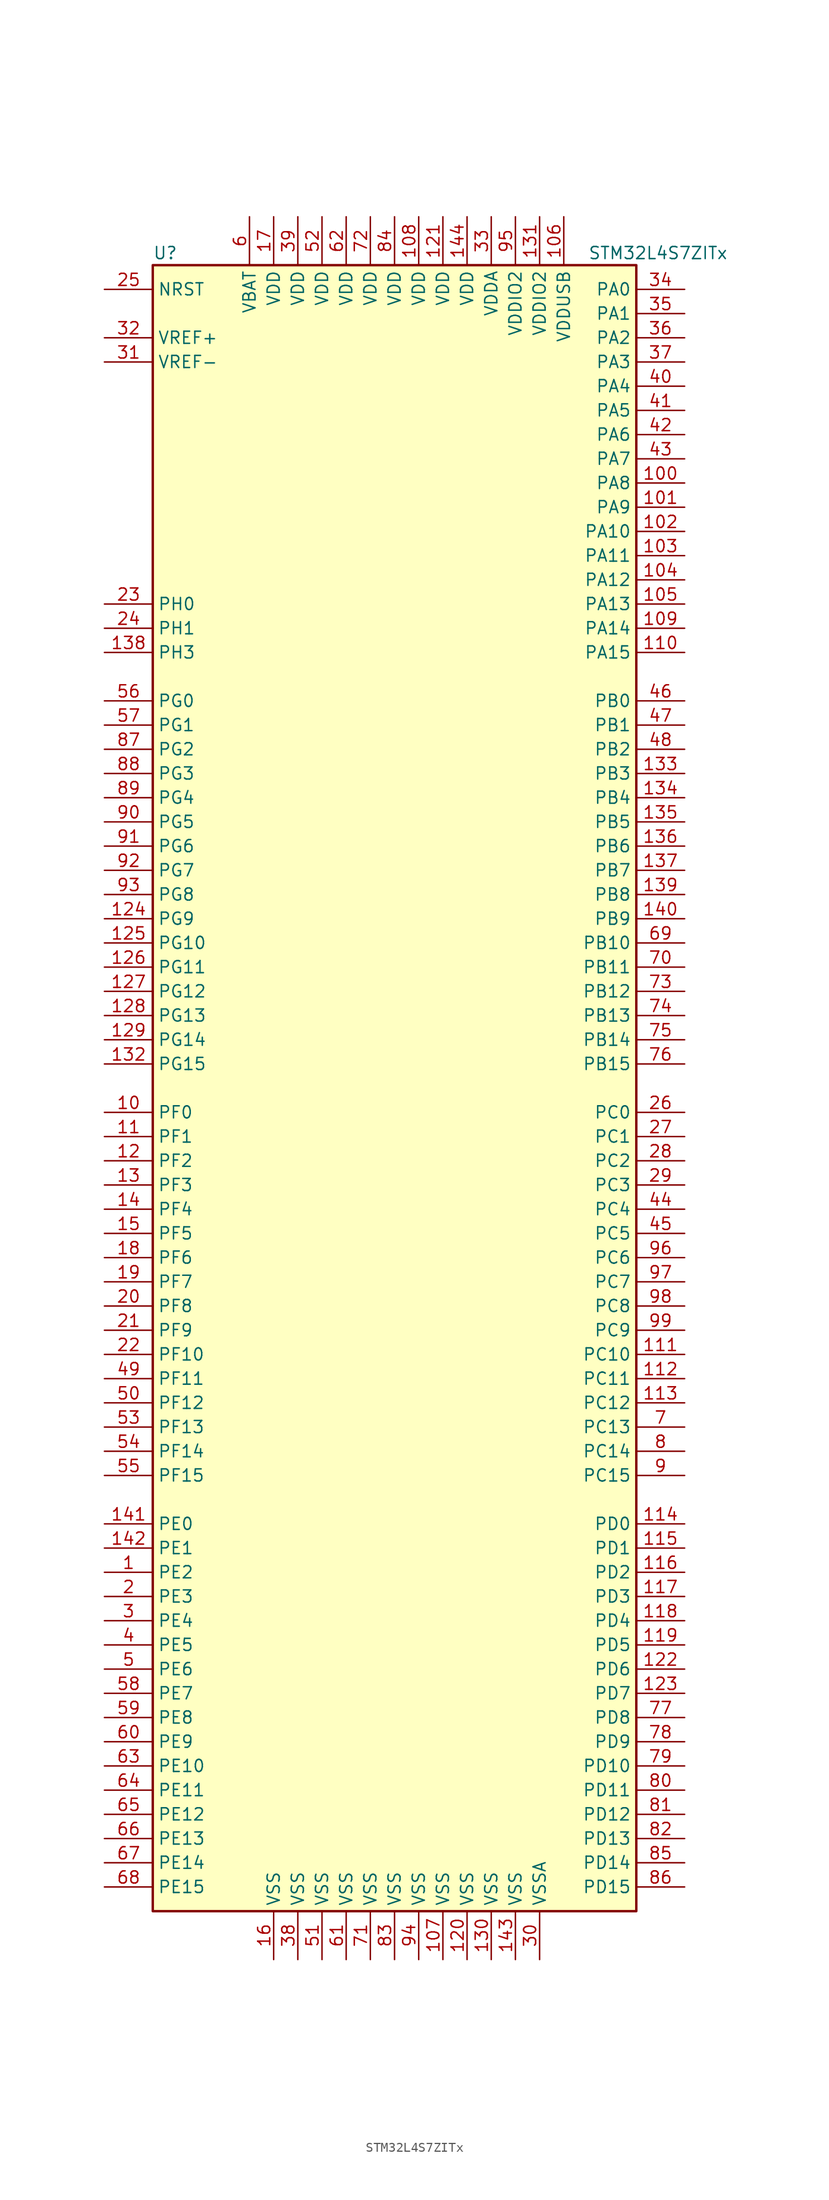
<source format=kicad_sym>
(kicad_symbol_lib
  (version 20201005)
  (generator kicad_symbol_editor)
  (symbol "STM32L4S7ZITx"
    (property "Reference" "U"
      (at -25.4 87.63 0)
      (effects (font (size 1.27 1.27)) (justify left)))
    (property "Value" "STM32L4S7ZITx"
      (at 20.32 87.63 0)
      (effects (font (size 1.27 1.27)) (justify left)))
    (symbol "STM32L4S7ZITx_0_1"
      (rectangle (start -25.4 -86.36) (end 25.4 86.36) (stroke (width 0.254)) (fill (type background))))
    (symbol "STM32L4S7ZITx_1_1"
      (pin bidirectional line (at -30.48 -50.8 0) (length 5.08) (name "PE2" (effects (font (size 1.27 1.27)))) (number "1" (effects (font (size 1.27 1.27)))))
      (pin bidirectional line (at -30.48 -2.54 0) (length 5.08) (name "PF0" (effects (font (size 1.27 1.27)))) (number "10" (effects (font (size 1.27 1.27)))))
      (pin bidirectional line (at 30.48 63.5 180) (length 5.08) (name "PA8" (effects (font (size 1.27 1.27)))) (number "100" (effects (font (size 1.27 1.27)))))
      (pin bidirectional line (at 30.48 60.96 180) (length 5.08) (name "PA9" (effects (font (size 1.27 1.27)))) (number "101" (effects (font (size 1.27 1.27)))))
      (pin bidirectional line (at 30.48 58.42 180) (length 5.08) (name "PA10" (effects (font (size 1.27 1.27)))) (number "102" (effects (font (size 1.27 1.27)))))
      (pin bidirectional line (at 30.48 55.88 180) (length 5.08) (name "PA11" (effects (font (size 1.27 1.27)))) (number "103" (effects (font (size 1.27 1.27)))))
      (pin bidirectional line (at 30.48 53.34 180) (length 5.08) (name "PA12" (effects (font (size 1.27 1.27)))) (number "104" (effects (font (size 1.27 1.27)))))
      (pin bidirectional line (at 30.48 50.8 180) (length 5.08) (name "PA13" (effects (font (size 1.27 1.27)))) (number "105" (effects (font (size 1.27 1.27)))))
      (pin power_in line (at 17.78 91.44 270) (length 5.08) (name "VDDUSB" (effects (font (size 1.27 1.27)))) (number "106" (effects (font (size 1.27 1.27)))))
      (pin power_in line (at 5.08 -91.44 90) (length 5.08) (name "VSS" (effects (font (size 1.27 1.27)))) (number "107" (effects (font (size 1.27 1.27)))))
      (pin power_in line (at 2.54 91.44 270) (length 5.08) (name "VDD" (effects (font (size 1.27 1.27)))) (number "108" (effects (font (size 1.27 1.27)))))
      (pin bidirectional line (at 30.48 48.26 180) (length 5.08) (name "PA14" (effects (font (size 1.27 1.27)))) (number "109" (effects (font (size 1.27 1.27)))))
      (pin bidirectional line (at -30.48 -5.08 0) (length 5.08) (name "PF1" (effects (font (size 1.27 1.27)))) (number "11" (effects (font (size 1.27 1.27)))))
      (pin bidirectional line (at 30.48 45.72 180) (length 5.08) (name "PA15" (effects (font (size 1.27 1.27)))) (number "110" (effects (font (size 1.27 1.27)))))
      (pin bidirectional line (at 30.48 -27.94 180) (length 5.08) (name "PC10" (effects (font (size 1.27 1.27)))) (number "111" (effects (font (size 1.27 1.27)))))
      (pin bidirectional line (at 30.48 -30.48 180) (length 5.08) (name "PC11" (effects (font (size 1.27 1.27)))) (number "112" (effects (font (size 1.27 1.27)))))
      (pin bidirectional line (at 30.48 -33.02 180) (length 5.08) (name "PC12" (effects (font (size 1.27 1.27)))) (number "113" (effects (font (size 1.27 1.27)))))
      (pin bidirectional line (at 30.48 -45.72 180) (length 5.08) (name "PD0" (effects (font (size 1.27 1.27)))) (number "114" (effects (font (size 1.27 1.27)))))
      (pin bidirectional line (at 30.48 -48.26 180) (length 5.08) (name "PD1" (effects (font (size 1.27 1.27)))) (number "115" (effects (font (size 1.27 1.27)))))
      (pin bidirectional line (at 30.48 -50.8 180) (length 5.08) (name "PD2" (effects (font (size 1.27 1.27)))) (number "116" (effects (font (size 1.27 1.27)))))
      (pin bidirectional line (at 30.48 -53.34 180) (length 5.08) (name "PD3" (effects (font (size 1.27 1.27)))) (number "117" (effects (font (size 1.27 1.27)))))
      (pin bidirectional line (at 30.48 -55.88 180) (length 5.08) (name "PD4" (effects (font (size 1.27 1.27)))) (number "118" (effects (font (size 1.27 1.27)))))
      (pin bidirectional line (at 30.48 -58.42 180) (length 5.08) (name "PD5" (effects (font (size 1.27 1.27)))) (number "119" (effects (font (size 1.27 1.27)))))
      (pin bidirectional line (at -30.48 -7.62 0) (length 5.08) (name "PF2" (effects (font (size 1.27 1.27)))) (number "12" (effects (font (size 1.27 1.27)))))
      (pin power_in line (at 7.62 -91.44 90) (length 5.08) (name "VSS" (effects (font (size 1.27 1.27)))) (number "120" (effects (font (size 1.27 1.27)))))
      (pin power_in line (at 5.08 91.44 270) (length 5.08) (name "VDD" (effects (font (size 1.27 1.27)))) (number "121" (effects (font (size 1.27 1.27)))))
      (pin bidirectional line (at 30.48 -60.96 180) (length 5.08) (name "PD6" (effects (font (size 1.27 1.27)))) (number "122" (effects (font (size 1.27 1.27)))))
      (pin bidirectional line (at 30.48 -63.5 180) (length 5.08) (name "PD7" (effects (font (size 1.27 1.27)))) (number "123" (effects (font (size 1.27 1.27)))))
      (pin bidirectional line (at -30.48 17.78 0) (length 5.08) (name "PG9" (effects (font (size 1.27 1.27)))) (number "124" (effects (font (size 1.27 1.27)))))
      (pin bidirectional line (at -30.48 15.24 0) (length 5.08) (name "PG10" (effects (font (size 1.27 1.27)))) (number "125" (effects (font (size 1.27 1.27)))))
      (pin bidirectional line (at -30.48 12.7 0) (length 5.08) (name "PG11" (effects (font (size 1.27 1.27)))) (number "126" (effects (font (size 1.27 1.27)))))
      (pin bidirectional line (at -30.48 10.16 0) (length 5.08) (name "PG12" (effects (font (size 1.27 1.27)))) (number "127" (effects (font (size 1.27 1.27)))))
      (pin bidirectional line (at -30.48 7.62 0) (length 5.08) (name "PG13" (effects (font (size 1.27 1.27)))) (number "128" (effects (font (size 1.27 1.27)))))
      (pin bidirectional line (at -30.48 5.08 0) (length 5.08) (name "PG14" (effects (font (size 1.27 1.27)))) (number "129" (effects (font (size 1.27 1.27)))))
      (pin bidirectional line (at -30.48 -10.16 0) (length 5.08) (name "PF3" (effects (font (size 1.27 1.27)))) (number "13" (effects (font (size 1.27 1.27)))))
      (pin power_in line (at 10.16 -91.44 90) (length 5.08) (name "VSS" (effects (font (size 1.27 1.27)))) (number "130" (effects (font (size 1.27 1.27)))))
      (pin power_in line (at 15.24 91.44 270) (length 5.08) (name "VDDIO2" (effects (font (size 1.27 1.27)))) (number "131" (effects (font (size 1.27 1.27)))))
      (pin bidirectional line (at -30.48 2.54 0) (length 5.08) (name "PG15" (effects (font (size 1.27 1.27)))) (number "132" (effects (font (size 1.27 1.27)))))
      (pin bidirectional line (at 30.48 33.02 180) (length 5.08) (name "PB3" (effects (font (size 1.27 1.27)))) (number "133" (effects (font (size 1.27 1.27)))))
      (pin bidirectional line (at 30.48 30.48 180) (length 5.08) (name "PB4" (effects (font (size 1.27 1.27)))) (number "134" (effects (font (size 1.27 1.27)))))
      (pin bidirectional line (at 30.48 27.94 180) (length 5.08) (name "PB5" (effects (font (size 1.27 1.27)))) (number "135" (effects (font (size 1.27 1.27)))))
      (pin bidirectional line (at 30.48 25.4 180) (length 5.08) (name "PB6" (effects (font (size 1.27 1.27)))) (number "136" (effects (font (size 1.27 1.27)))))
      (pin bidirectional line (at 30.48 22.86 180) (length 5.08) (name "PB7" (effects (font (size 1.27 1.27)))) (number "137" (effects (font (size 1.27 1.27)))))
      (pin bidirectional line (at -30.48 45.72 0) (length 5.08) (name "PH3" (effects (font (size 1.27 1.27)))) (number "138" (effects (font (size 1.27 1.27)))))
      (pin bidirectional line (at 30.48 20.32 180) (length 5.08) (name "PB8" (effects (font (size 1.27 1.27)))) (number "139" (effects (font (size 1.27 1.27)))))
      (pin bidirectional line (at -30.48 -12.7 0) (length 5.08) (name "PF4" (effects (font (size 1.27 1.27)))) (number "14" (effects (font (size 1.27 1.27)))))
      (pin bidirectional line (at 30.48 17.78 180) (length 5.08) (name "PB9" (effects (font (size 1.27 1.27)))) (number "140" (effects (font (size 1.27 1.27)))))
      (pin bidirectional line (at -30.48 -45.72 0) (length 5.08) (name "PE0" (effects (font (size 1.27 1.27)))) (number "141" (effects (font (size 1.27 1.27)))))
      (pin bidirectional line (at -30.48 -48.26 0) (length 5.08) (name "PE1" (effects (font (size 1.27 1.27)))) (number "142" (effects (font (size 1.27 1.27)))))
      (pin power_in line (at 12.7 -91.44 90) (length 5.08) (name "VSS" (effects (font (size 1.27 1.27)))) (number "143" (effects (font (size 1.27 1.27)))))
      (pin power_in line (at 7.62 91.44 270) (length 5.08) (name "VDD" (effects (font (size 1.27 1.27)))) (number "144" (effects (font (size 1.27 1.27)))))
      (pin bidirectional line (at -30.48 -15.24 0) (length 5.08) (name "PF5" (effects (font (size 1.27 1.27)))) (number "15" (effects (font (size 1.27 1.27)))))
      (pin power_in line (at -12.7 -91.44 90) (length 5.08) (name "VSS" (effects (font (size 1.27 1.27)))) (number "16" (effects (font (size 1.27 1.27)))))
      (pin power_in line (at -12.7 91.44 270) (length 5.08) (name "VDD" (effects (font (size 1.27 1.27)))) (number "17" (effects (font (size 1.27 1.27)))))
      (pin bidirectional line (at -30.48 -17.78 0) (length 5.08) (name "PF6" (effects (font (size 1.27 1.27)))) (number "18" (effects (font (size 1.27 1.27)))))
      (pin bidirectional line (at -30.48 -20.32 0) (length 5.08) (name "PF7" (effects (font (size 1.27 1.27)))) (number "19" (effects (font (size 1.27 1.27)))))
      (pin bidirectional line (at -30.48 -53.34 0) (length 5.08) (name "PE3" (effects (font (size 1.27 1.27)))) (number "2" (effects (font (size 1.27 1.27)))))
      (pin bidirectional line (at -30.48 -22.86 0) (length 5.08) (name "PF8" (effects (font (size 1.27 1.27)))) (number "20" (effects (font (size 1.27 1.27)))))
      (pin bidirectional line (at -30.48 -25.4 0) (length 5.08) (name "PF9" (effects (font (size 1.27 1.27)))) (number "21" (effects (font (size 1.27 1.27)))))
      (pin bidirectional line (at -30.48 -27.94 0) (length 5.08) (name "PF10" (effects (font (size 1.27 1.27)))) (number "22" (effects (font (size 1.27 1.27)))))
      (pin input line (at -30.48 50.8 0) (length 5.08) (name "PH0" (effects (font (size 1.27 1.27)))) (number "23" (effects (font (size 1.27 1.27)))))
      (pin input line (at -30.48 48.26 0) (length 5.08) (name "PH1" (effects (font (size 1.27 1.27)))) (number "24" (effects (font (size 1.27 1.27)))))
      (pin input line (at -30.48 83.82 0) (length 5.08) (name "NRST" (effects (font (size 1.27 1.27)))) (number "25" (effects (font (size 1.27 1.27)))))
      (pin bidirectional line (at 30.48 -2.54 180) (length 5.08) (name "PC0" (effects (font (size 1.27 1.27)))) (number "26" (effects (font (size 1.27 1.27)))))
      (pin bidirectional line (at 30.48 -5.08 180) (length 5.08) (name "PC1" (effects (font (size 1.27 1.27)))) (number "27" (effects (font (size 1.27 1.27)))))
      (pin bidirectional line (at 30.48 -7.62 180) (length 5.08) (name "PC2" (effects (font (size 1.27 1.27)))) (number "28" (effects (font (size 1.27 1.27)))))
      (pin bidirectional line (at 30.48 -10.16 180) (length 5.08) (name "PC3" (effects (font (size 1.27 1.27)))) (number "29" (effects (font (size 1.27 1.27)))))
      (pin bidirectional line (at -30.48 -55.88 0) (length 5.08) (name "PE4" (effects (font (size 1.27 1.27)))) (number "3" (effects (font (size 1.27 1.27)))))
      (pin power_in line (at 15.24 -91.44 90) (length 5.08) (name "VSSA" (effects (font (size 1.27 1.27)))) (number "30" (effects (font (size 1.27 1.27)))))
      (pin power_in line (at -30.48 76.2 0) (length 5.08) (name "VREF-" (effects (font (size 1.27 1.27)))) (number "31" (effects (font (size 1.27 1.27)))))
      (pin bidirectional line (at -30.48 78.74 0) (length 5.08) (name "VREF+" (effects (font (size 1.27 1.27)))) (number "32" (effects (font (size 1.27 1.27)))))
      (pin power_in line (at 10.16 91.44 270) (length 5.08) (name "VDDA" (effects (font (size 1.27 1.27)))) (number "33" (effects (font (size 1.27 1.27)))))
      (pin bidirectional line (at 30.48 83.82 180) (length 5.08) (name "PA0" (effects (font (size 1.27 1.27)))) (number "34" (effects (font (size 1.27 1.27)))))
      (pin bidirectional line (at 30.48 81.28 180) (length 5.08) (name "PA1" (effects (font (size 1.27 1.27)))) (number "35" (effects (font (size 1.27 1.27)))))
      (pin bidirectional line (at 30.48 78.74 180) (length 5.08) (name "PA2" (effects (font (size 1.27 1.27)))) (number "36" (effects (font (size 1.27 1.27)))))
      (pin bidirectional line (at 30.48 76.2 180) (length 5.08) (name "PA3" (effects (font (size 1.27 1.27)))) (number "37" (effects (font (size 1.27 1.27)))))
      (pin power_in line (at -10.16 -91.44 90) (length 5.08) (name "VSS" (effects (font (size 1.27 1.27)))) (number "38" (effects (font (size 1.27 1.27)))))
      (pin power_in line (at -10.16 91.44 270) (length 5.08) (name "VDD" (effects (font (size 1.27 1.27)))) (number "39" (effects (font (size 1.27 1.27)))))
      (pin bidirectional line (at -30.48 -58.42 0) (length 5.08) (name "PE5" (effects (font (size 1.27 1.27)))) (number "4" (effects (font (size 1.27 1.27)))))
      (pin bidirectional line (at 30.48 73.66 180) (length 5.08) (name "PA4" (effects (font (size 1.27 1.27)))) (number "40" (effects (font (size 1.27 1.27)))))
      (pin bidirectional line (at 30.48 71.12 180) (length 5.08) (name "PA5" (effects (font (size 1.27 1.27)))) (number "41" (effects (font (size 1.27 1.27)))))
      (pin bidirectional line (at 30.48 68.58 180) (length 5.08) (name "PA6" (effects (font (size 1.27 1.27)))) (number "42" (effects (font (size 1.27 1.27)))))
      (pin bidirectional line (at 30.48 66.04 180) (length 5.08) (name "PA7" (effects (font (size 1.27 1.27)))) (number "43" (effects (font (size 1.27 1.27)))))
      (pin bidirectional line (at 30.48 -12.7 180) (length 5.08) (name "PC4" (effects (font (size 1.27 1.27)))) (number "44" (effects (font (size 1.27 1.27)))))
      (pin bidirectional line (at 30.48 -15.24 180) (length 5.08) (name "PC5" (effects (font (size 1.27 1.27)))) (number "45" (effects (font (size 1.27 1.27)))))
      (pin bidirectional line (at 30.48 40.64 180) (length 5.08) (name "PB0" (effects (font (size 1.27 1.27)))) (number "46" (effects (font (size 1.27 1.27)))))
      (pin bidirectional line (at 30.48 38.1 180) (length 5.08) (name "PB1" (effects (font (size 1.27 1.27)))) (number "47" (effects (font (size 1.27 1.27)))))
      (pin bidirectional line (at 30.48 35.56 180) (length 5.08) (name "PB2" (effects (font (size 1.27 1.27)))) (number "48" (effects (font (size 1.27 1.27)))))
      (pin bidirectional line (at -30.48 -30.48 0) (length 5.08) (name "PF11" (effects (font (size 1.27 1.27)))) (number "49" (effects (font (size 1.27 1.27)))))
      (pin bidirectional line (at -30.48 -60.96 0) (length 5.08) (name "PE6" (effects (font (size 1.27 1.27)))) (number "5" (effects (font (size 1.27 1.27)))))
      (pin bidirectional line (at -30.48 -33.02 0) (length 5.08) (name "PF12" (effects (font (size 1.27 1.27)))) (number "50" (effects (font (size 1.27 1.27)))))
      (pin power_in line (at -7.62 -91.44 90) (length 5.08) (name "VSS" (effects (font (size 1.27 1.27)))) (number "51" (effects (font (size 1.27 1.27)))))
      (pin power_in line (at -7.62 91.44 270) (length 5.08) (name "VDD" (effects (font (size 1.27 1.27)))) (number "52" (effects (font (size 1.27 1.27)))))
      (pin bidirectional line (at -30.48 -35.56 0) (length 5.08) (name "PF13" (effects (font (size 1.27 1.27)))) (number "53" (effects (font (size 1.27 1.27)))))
      (pin bidirectional line (at -30.48 -38.1 0) (length 5.08) (name "PF14" (effects (font (size 1.27 1.27)))) (number "54" (effects (font (size 1.27 1.27)))))
      (pin bidirectional line (at -30.48 -40.64 0) (length 5.08) (name "PF15" (effects (font (size 1.27 1.27)))) (number "55" (effects (font (size 1.27 1.27)))))
      (pin bidirectional line (at -30.48 40.64 0) (length 5.08) (name "PG0" (effects (font (size 1.27 1.27)))) (number "56" (effects (font (size 1.27 1.27)))))
      (pin bidirectional line (at -30.48 38.1 0) (length 5.08) (name "PG1" (effects (font (size 1.27 1.27)))) (number "57" (effects (font (size 1.27 1.27)))))
      (pin bidirectional line (at -30.48 -63.5 0) (length 5.08) (name "PE7" (effects (font (size 1.27 1.27)))) (number "58" (effects (font (size 1.27 1.27)))))
      (pin bidirectional line (at -30.48 -66.04 0) (length 5.08) (name "PE8" (effects (font (size 1.27 1.27)))) (number "59" (effects (font (size 1.27 1.27)))))
      (pin power_in line (at -15.24 91.44 270) (length 5.08) (name "VBAT" (effects (font (size 1.27 1.27)))) (number "6" (effects (font (size 1.27 1.27)))))
      (pin bidirectional line (at -30.48 -68.58 0) (length 5.08) (name "PE9" (effects (font (size 1.27 1.27)))) (number "60" (effects (font (size 1.27 1.27)))))
      (pin power_in line (at -5.08 -91.44 90) (length 5.08) (name "VSS" (effects (font (size 1.27 1.27)))) (number "61" (effects (font (size 1.27 1.27)))))
      (pin power_in line (at -5.08 91.44 270) (length 5.08) (name "VDD" (effects (font (size 1.27 1.27)))) (number "62" (effects (font (size 1.27 1.27)))))
      (pin bidirectional line (at -30.48 -71.12 0) (length 5.08) (name "PE10" (effects (font (size 1.27 1.27)))) (number "63" (effects (font (size 1.27 1.27)))))
      (pin bidirectional line (at -30.48 -73.66 0) (length 5.08) (name "PE11" (effects (font (size 1.27 1.27)))) (number "64" (effects (font (size 1.27 1.27)))))
      (pin bidirectional line (at -30.48 -76.2 0) (length 5.08) (name "PE12" (effects (font (size 1.27 1.27)))) (number "65" (effects (font (size 1.27 1.27)))))
      (pin bidirectional line (at -30.48 -78.74 0) (length 5.08) (name "PE13" (effects (font (size 1.27 1.27)))) (number "66" (effects (font (size 1.27 1.27)))))
      (pin bidirectional line (at -30.48 -81.28 0) (length 5.08) (name "PE14" (effects (font (size 1.27 1.27)))) (number "67" (effects (font (size 1.27 1.27)))))
      (pin bidirectional line (at -30.48 -83.82 0) (length 5.08) (name "PE15" (effects (font (size 1.27 1.27)))) (number "68" (effects (font (size 1.27 1.27)))))
      (pin bidirectional line (at 30.48 15.24 180) (length 5.08) (name "PB10" (effects (font (size 1.27 1.27)))) (number "69" (effects (font (size 1.27 1.27)))))
      (pin bidirectional line (at 30.48 -35.56 180) (length 5.08) (name "PC13" (effects (font (size 1.27 1.27)))) (number "7" (effects (font (size 1.27 1.27)))))
      (pin bidirectional line (at 30.48 12.7 180) (length 5.08) (name "PB11" (effects (font (size 1.27 1.27)))) (number "70" (effects (font (size 1.27 1.27)))))
      (pin power_in line (at -2.54 -91.44 90) (length 5.08) (name "VSS" (effects (font (size 1.27 1.27)))) (number "71" (effects (font (size 1.27 1.27)))))
      (pin power_in line (at -2.54 91.44 270) (length 5.08) (name "VDD" (effects (font (size 1.27 1.27)))) (number "72" (effects (font (size 1.27 1.27)))))
      (pin bidirectional line (at 30.48 10.16 180) (length 5.08) (name "PB12" (effects (font (size 1.27 1.27)))) (number "73" (effects (font (size 1.27 1.27)))))
      (pin bidirectional line (at 30.48 7.62 180) (length 5.08) (name "PB13" (effects (font (size 1.27 1.27)))) (number "74" (effects (font (size 1.27 1.27)))))
      (pin bidirectional line (at 30.48 5.08 180) (length 5.08) (name "PB14" (effects (font (size 1.27 1.27)))) (number "75" (effects (font (size 1.27 1.27)))))
      (pin bidirectional line (at 30.48 2.54 180) (length 5.08) (name "PB15" (effects (font (size 1.27 1.27)))) (number "76" (effects (font (size 1.27 1.27)))))
      (pin bidirectional line (at 30.48 -66.04 180) (length 5.08) (name "PD8" (effects (font (size 1.27 1.27)))) (number "77" (effects (font (size 1.27 1.27)))))
      (pin bidirectional line (at 30.48 -68.58 180) (length 5.08) (name "PD9" (effects (font (size 1.27 1.27)))) (number "78" (effects (font (size 1.27 1.27)))))
      (pin bidirectional line (at 30.48 -71.12 180) (length 5.08) (name "PD10" (effects (font (size 1.27 1.27)))) (number "79" (effects (font (size 1.27 1.27)))))
      (pin bidirectional line (at 30.48 -38.1 180) (length 5.08) (name "PC14" (effects (font (size 1.27 1.27)))) (number "8" (effects (font (size 1.27 1.27)))))
      (pin bidirectional line (at 30.48 -73.66 180) (length 5.08) (name "PD11" (effects (font (size 1.27 1.27)))) (number "80" (effects (font (size 1.27 1.27)))))
      (pin bidirectional line (at 30.48 -76.2 180) (length 5.08) (name "PD12" (effects (font (size 1.27 1.27)))) (number "81" (effects (font (size 1.27 1.27)))))
      (pin bidirectional line (at 30.48 -78.74 180) (length 5.08) (name "PD13" (effects (font (size 1.27 1.27)))) (number "82" (effects (font (size 1.27 1.27)))))
      (pin power_in line (at 0 -91.44 90) (length 5.08) (name "VSS" (effects (font (size 1.27 1.27)))) (number "83" (effects (font (size 1.27 1.27)))))
      (pin power_in line (at 0 91.44 270) (length 5.08) (name "VDD" (effects (font (size 1.27 1.27)))) (number "84" (effects (font (size 1.27 1.27)))))
      (pin bidirectional line (at 30.48 -81.28 180) (length 5.08) (name "PD14" (effects (font (size 1.27 1.27)))) (number "85" (effects (font (size 1.27 1.27)))))
      (pin bidirectional line (at 30.48 -83.82 180) (length 5.08) (name "PD15" (effects (font (size 1.27 1.27)))) (number "86" (effects (font (size 1.27 1.27)))))
      (pin bidirectional line (at -30.48 35.56 0) (length 5.08) (name "PG2" (effects (font (size 1.27 1.27)))) (number "87" (effects (font (size 1.27 1.27)))))
      (pin bidirectional line (at -30.48 33.02 0) (length 5.08) (name "PG3" (effects (font (size 1.27 1.27)))) (number "88" (effects (font (size 1.27 1.27)))))
      (pin bidirectional line (at -30.48 30.48 0) (length 5.08) (name "PG4" (effects (font (size 1.27 1.27)))) (number "89" (effects (font (size 1.27 1.27)))))
      (pin bidirectional line (at 30.48 -40.64 180) (length 5.08) (name "PC15" (effects (font (size 1.27 1.27)))) (number "9" (effects (font (size 1.27 1.27)))))
      (pin bidirectional line (at -30.48 27.94 0) (length 5.08) (name "PG5" (effects (font (size 1.27 1.27)))) (number "90" (effects (font (size 1.27 1.27)))))
      (pin bidirectional line (at -30.48 25.4 0) (length 5.08) (name "PG6" (effects (font (size 1.27 1.27)))) (number "91" (effects (font (size 1.27 1.27)))))
      (pin bidirectional line (at -30.48 22.86 0) (length 5.08) (name "PG7" (effects (font (size 1.27 1.27)))) (number "92" (effects (font (size 1.27 1.27)))))
      (pin bidirectional line (at -30.48 20.32 0) (length 5.08) (name "PG8" (effects (font (size 1.27 1.27)))) (number "93" (effects (font (size 1.27 1.27)))))
      (pin power_in line (at 2.54 -91.44 90) (length 5.08) (name "VSS" (effects (font (size 1.27 1.27)))) (number "94" (effects (font (size 1.27 1.27)))))
      (pin power_in line (at 12.7 91.44 270) (length 5.08) (name "VDDIO2" (effects (font (size 1.27 1.27)))) (number "95" (effects (font (size 1.27 1.27)))))
      (pin bidirectional line (at 30.48 -17.78 180) (length 5.08) (name "PC6" (effects (font (size 1.27 1.27)))) (number "96" (effects (font (size 1.27 1.27)))))
      (pin bidirectional line (at 30.48 -20.32 180) (length 5.08) (name "PC7" (effects (font (size 1.27 1.27)))) (number "97" (effects (font (size 1.27 1.27)))))
      (pin bidirectional line (at 30.48 -22.86 180) (length 5.08) (name "PC8" (effects (font (size 1.27 1.27)))) (number "98" (effects (font (size 1.27 1.27)))))
      (pin bidirectional line (at 30.48 -25.4 180) (length 5.08) (name "PC9" (effects (font (size 1.27 1.27)))) (number "99" (effects (font (size 1.27 1.27))))))))
</source>
